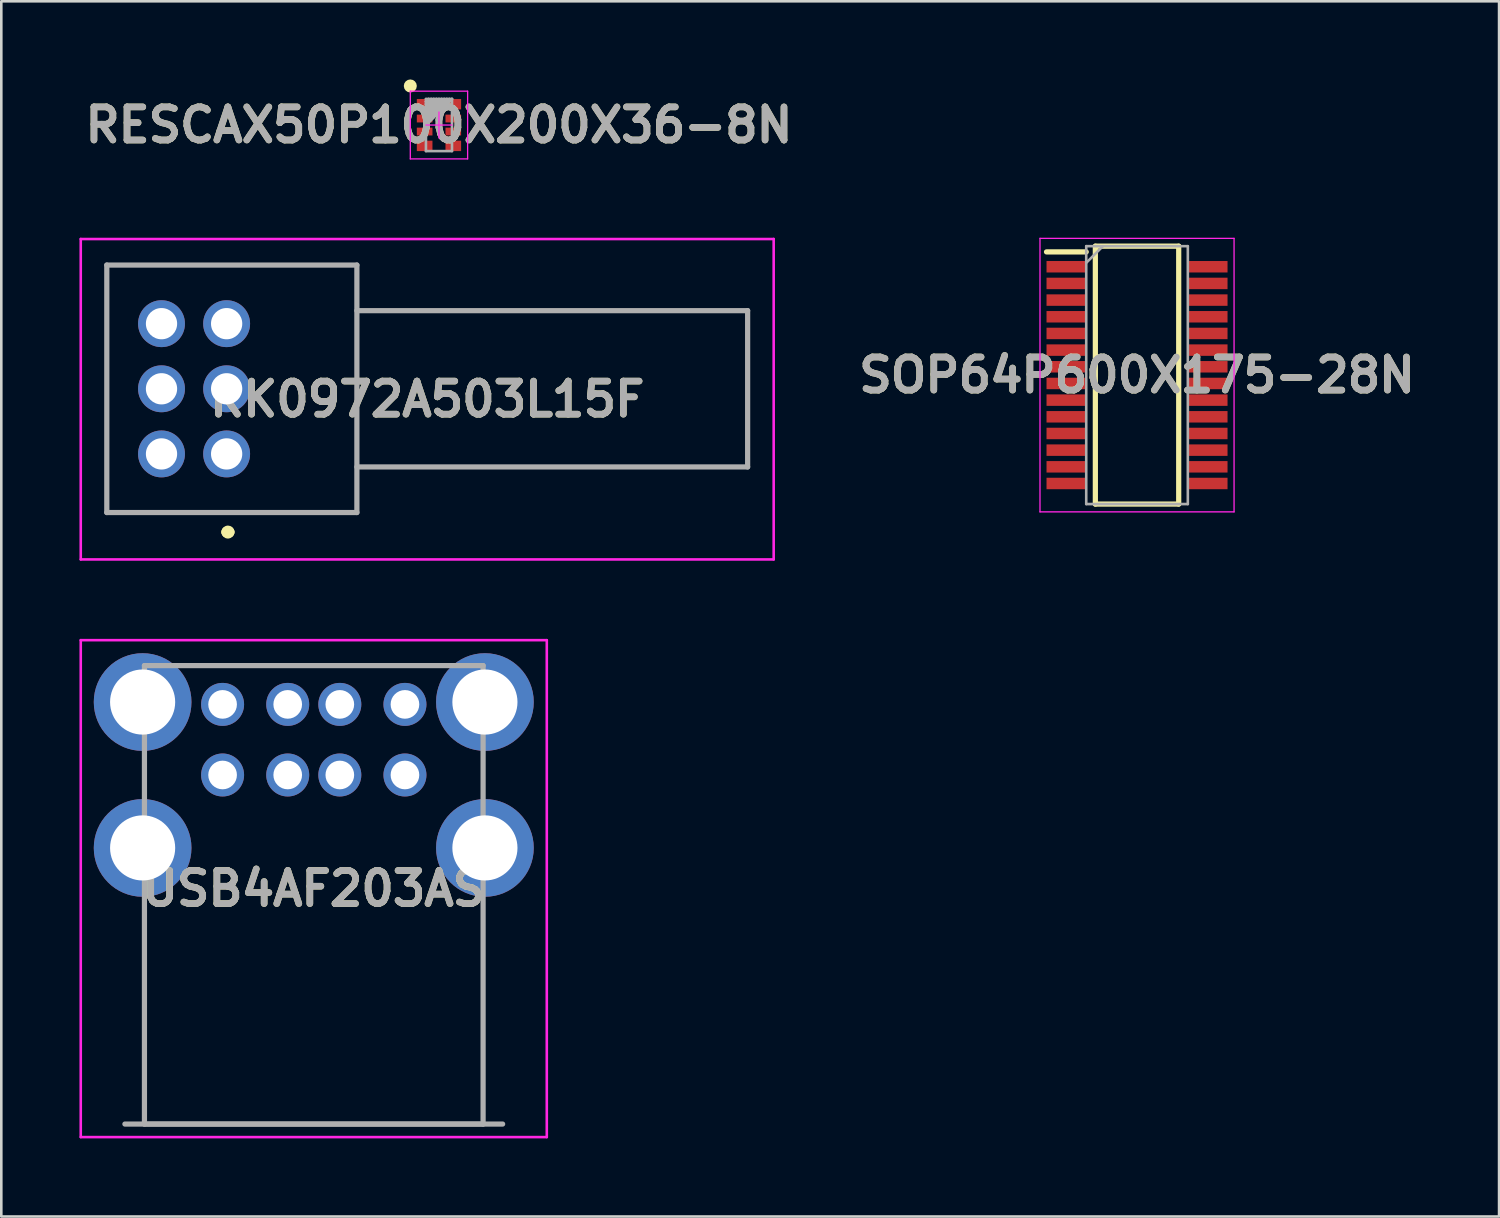
<source format=kicad_pcb>
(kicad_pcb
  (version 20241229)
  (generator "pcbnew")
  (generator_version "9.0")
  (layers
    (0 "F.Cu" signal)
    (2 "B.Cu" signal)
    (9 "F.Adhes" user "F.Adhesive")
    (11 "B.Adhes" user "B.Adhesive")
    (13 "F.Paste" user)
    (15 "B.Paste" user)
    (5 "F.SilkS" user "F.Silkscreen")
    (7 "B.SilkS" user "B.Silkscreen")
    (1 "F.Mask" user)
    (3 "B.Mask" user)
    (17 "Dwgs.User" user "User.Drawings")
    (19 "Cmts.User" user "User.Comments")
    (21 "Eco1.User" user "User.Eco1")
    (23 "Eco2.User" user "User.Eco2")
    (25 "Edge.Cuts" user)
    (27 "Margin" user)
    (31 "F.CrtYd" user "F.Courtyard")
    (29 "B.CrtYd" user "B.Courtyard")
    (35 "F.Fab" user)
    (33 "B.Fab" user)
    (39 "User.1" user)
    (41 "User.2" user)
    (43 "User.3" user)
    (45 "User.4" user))
  (footprint "RK0972A503L15F"
    (layer "F.Cu")
    (at 5.65 14.375)
    (property "Reference" "RK0972A503L15F" (at 7.7 -2.1 0) (layer "F.SilkS") (effects (font (size 1.27 1.27) (thickness 0.254))))
    (attr through_hole)
    (fp_line (start -4.6 -7.25) (end 5 -7.25) (stroke (width 0.1) (type solid)) (layer "F.SilkS"))
    (fp_line (start -4.6 2.25) (end -4.6 -7.25) (stroke (width 0.1) (type solid)) (layer "F.SilkS"))
    (fp_line (start 0 3) (end 0 3) (stroke (width 0.4) (type solid)) (layer "F.SilkS"))
    (fp_line (start 0.1 3) (end 0.1 3) (stroke (width 0.4) (type solid)) (layer "F.SilkS"))
    (fp_line (start 5 -7.25) (end 5 2.25) (stroke (width 0.1) (type solid)) (layer "F.SilkS"))
    (fp_line (start 5 -5.5) (end 20 -5.5) (stroke (width 0.1) (type solid)) (layer "F.SilkS"))
    (fp_line (start 5 2.25) (end -4.6 2.25) (stroke (width 0.1) (type solid)) (layer "F.SilkS"))
    (fp_line (start 20 -5.5) (end 20 0.5) (stroke (width 0.1) (type solid)) (layer "F.SilkS"))
    (fp_line (start 20 0.5) (end 5 0.5) (stroke (width 0.1) (type solid)) (layer "F.SilkS"))
    (fp_arc (start 0 3) (mid 0.05 2.95) (end 0.1 3) (stroke (width 0.4) (type solid)) (layer "F.SilkS"))
    (fp_arc (start 0.1 3) (mid 0.05 3.05) (end 0 3) (stroke (width 0.4) (type solid)) (layer "F.SilkS"))
    (fp_line (start -5.6 -8.25) (end 21 -8.25) (stroke (width 0.1) (type solid)) (layer "F.CrtYd"))
    (fp_line (start -5.6 4.05) (end -5.6 -8.25) (stroke (width 0.1) (type solid)) (layer "F.CrtYd"))
    (fp_line (start 21 -8.25) (end 21 4.05) (stroke (width 0.1) (type solid)) (layer "F.CrtYd"))
    (fp_line (start 21 4.05) (end -5.6 4.05) (stroke (width 0.1) (type solid)) (layer "F.CrtYd"))
    (fp_line (start -4.6 -7.25) (end 5 -7.25) (stroke (width 0.2) (type solid)) (layer "F.Fab"))
    (fp_line (start -4.6 2.25) (end -4.6 -7.25) (stroke (width 0.2) (type solid)) (layer "F.Fab"))
    (fp_line (start 5 -7.25) (end 5 2.25) (stroke (width 0.2) (type solid)) (layer "F.Fab"))
    (fp_line (start 5 -5.5) (end 20 -5.5) (stroke (width 0.2) (type solid)) (layer "F.Fab"))
    (fp_line (start 5 2.25) (end -4.6 2.25) (stroke (width 0.2) (type solid)) (layer "F.Fab"))
    (fp_line (start 20 -5.5) (end 20 0.5) (stroke (width 0.2) (type solid)) (layer "F.Fab"))
    (fp_line (start 20 0.5) (end 5 0.5) (stroke (width 0.2) (type solid)) (layer "F.Fab"))
    (fp_text user "${REFERENCE}" (at 7.7 -2.1 0) (layer "F.Fab") (effects (font (size 1.27 1.27) (thickness 0.254))))
    (pad "1" thru_hole circle (at 0 0) (size 1.8 1.8) (drill 1.2) (layers "*.Cu" "*.Mask"))
    (pad "2" thru_hole circle (at 0 -2.5) (size 1.8 1.8) (drill 1.2) (layers "*.Cu" "*.Mask"))
    (pad "3" thru_hole circle (at 0 -5) (size 1.8 1.8) (drill 1.2) (layers "*.Cu" "*.Mask"))
    (pad "4" thru_hole circle (at -2.5 0) (size 1.8 1.8) (drill 1.2) (layers "*.Cu" "*.Mask"))
    (pad "5" thru_hole circle (at -2.5 -2.5) (size 1.8 1.8) (drill 1.2) (layers "*.Cu" "*.Mask"))
    (pad "6" thru_hole circle (at -2.5 -5) (size 1.8 1.8) (drill 1.2) (layers "*.Cu" "*.Mask")))
  (footprint "RESCAX50P100X200X36-8N"
    (layer "F.Cu")
    (at 13.801 1.75)
    (property "Reference" "RESCAX50P100X200X36-8N" (at 0 0 0) (layer "F.SilkS") (effects (font (size 1.27 1.27) (thickness 0.254))))
    (attr smd)
    (fp_circle (center -1.1 -1.5) (end -1.1 -1.375) (stroke (width 0.25) (type solid)) (fill no) (layer "F.SilkS"))
    (fp_line (start -1.1 -1.3) (end -1.1 1.3) (stroke (width 0.05) (type solid)) (layer "F.CrtYd"))
    (fp_line (start -1.1 1.3) (end 1.1 1.3) (stroke (width 0.05) (type solid)) (layer "F.CrtYd"))
    (fp_line (start -0.55 -1.05) (end -0.55 1.05) (stroke (width 0.001) (type solid)) (layer "F.CrtYd"))
    (fp_line (start -0.55 1.05) (end 0.55 1.05) (stroke (width 0.001) (type solid)) (layer "F.CrtYd"))
    (fp_line (start -0.5 0) (end 0.5 0) (stroke (width 0.05) (type solid)) (layer "F.CrtYd"))
    (fp_line (start 0 0.5) (end 0 -0.5) (stroke (width 0.05) (type solid)) (layer "F.CrtYd"))
    (fp_line (start 0.55 -1.05) (end -0.55 -1.05) (stroke (width 0.001) (type solid)) (layer "F.CrtYd"))
    (fp_line (start 0.55 1.05) (end 0.55 -1.05) (stroke (width 0.001) (type solid)) (layer "F.CrtYd"))
    (fp_line (start 1.1 -1.3) (end -1.1 -1.3) (stroke (width 0.05) (type solid)) (layer "F.CrtYd"))
    (fp_line (start 1.1 1.3) (end 1.1 -1.3) (stroke (width 0.05) (type solid)) (layer "F.CrtYd"))
    (fp_line (start -0.5 -1) (end -0.5 1) (stroke (width 0.1) (type solid)) (layer "F.Fab"))
    (fp_line (start -0.5 1) (end 0.5 1) (stroke (width 0.1) (type solid)) (layer "F.Fab"))
    (fp_line (start -0.4 -1) (end -0.5 -0.9) (stroke (width 0.1) (type solid)) (layer "F.Fab"))
    (fp_line (start -0.4 -1) (end -0.5 -0.9) (stroke (width 0.1) (type solid)) (layer "F.Fab"))
    (fp_line (start -0.3 -1) (end -0.5 -0.8) (stroke (width 0.1) (type solid)) (layer "F.Fab"))
    (fp_line (start -0.3 -1) (end -0.5 -0.8) (stroke (width 0.1) (type solid)) (layer "F.Fab"))
    (fp_line (start -0.2 -1) (end -0.5 -0.7) (stroke (width 0.1) (type solid)) (layer "F.Fab"))
    (fp_line (start -0.2 -1) (end -0.5 -0.7) (stroke (width 0.1) (type solid)) (layer "F.Fab"))
    (fp_line (start -0.1 -1) (end -0.5 -0.6) (stroke (width 0.1) (type solid)) (layer "F.Fab"))
    (fp_line (start -0.1 -1) (end -0.5 -0.6) (stroke (width 0.1) (type solid)) (layer "F.Fab"))
    (fp_line (start 0 -1) (end -0.5 -0.5) (stroke (width 0.1) (type solid)) (layer "F.Fab"))
    (fp_line (start 0 -1) (end -0.5 -0.5) (stroke (width 0.1) (type solid)) (layer "F.Fab"))
    (fp_line (start 0.1 -1) (end -0.5 -0.4) (stroke (width 0.1) (type solid)) (layer "F.Fab"))
    (fp_line (start 0.1 -1) (end -0.5 -0.4) (stroke (width 0.1) (type solid)) (layer "F.Fab"))
    (fp_line (start 0.2 -1) (end -0.5 -0.3) (stroke (width 0.1) (type solid)) (layer "F.Fab"))
    (fp_line (start 0.2 -1) (end -0.5 -0.3) (stroke (width 0.1) (type solid)) (layer "F.Fab"))
    (fp_line (start 0.3 -1) (end -0.5 -0.2) (stroke (width 0.1) (type solid)) (layer "F.Fab"))
    (fp_line (start 0.3 -1) (end -0.5 -0.2) (stroke (width 0.1) (type solid)) (layer "F.Fab"))
    (fp_line (start 0.4 -1) (end -0.5 -0.1) (stroke (width 0.1) (type solid)) (layer "F.Fab"))
    (fp_line (start 0.4 -1) (end -0.5 -0.1) (stroke (width 0.1) (type solid)) (layer "F.Fab"))
    (fp_line (start 0.5 -1) (end -0.5 -1) (stroke (width 0.1) (type solid)) (layer "F.Fab"))
    (fp_line (start 0.5 -1) (end -0.5 0) (stroke (width 0.1) (type solid)) (layer "F.Fab"))
    (fp_line (start 0.5 -1) (end -0.5 0) (stroke (width 0.1) (type solid)) (layer "F.Fab"))
    (fp_line (start 0.5 1) (end 0.5 -1) (stroke (width 0.1) (type solid)) (layer "F.Fab"))
    (fp_text user "${REFERENCE}" (at 0 0 0) (layer "F.Fab") (effects (font (size 1.27 1.27) (thickness 0.254))))
    (pad "1" smd rect (at -0.55 -0.8 90) (size 0.4 0.6) (layers "F.Cu" "F.Mask" "F.Paste"))
    (pad "2" smd rect (at -0.55 -0.25 90) (size 0.3 0.6) (layers "F.Cu" "F.Mask" "F.Paste"))
    (pad "3" smd rect (at -0.55 0.25 90) (size 0.3 0.6) (layers "F.Cu" "F.Mask" "F.Paste"))
    (pad "4" smd rect (at -0.55 0.8 90) (size 0.4 0.6) (layers "F.Cu" "F.Mask" "F.Paste"))
    (pad "5" smd rect (at 0.55 0.8 90) (size 0.4 0.6) (layers "F.Cu" "F.Mask" "F.Paste"))
    (pad "6" smd rect (at 0.55 0.25 90) (size 0.3 0.6) (layers "F.Cu" "F.Mask" "F.Paste"))
    (pad "7" smd rect (at 0.55 -0.25 90) (size 0.3 0.6) (layers "F.Cu" "F.Mask" "F.Paste"))
    (pad "8" smd rect (at 0.55 -0.8 90) (size 0.4 0.6) (layers "F.Cu" "F.Mask" "F.Paste")))
  (footprint "USB4AF203AS"
    (layer "F.Cu")
    (at 5.495 23.99)
    (property "Reference" "USB4AF203AS" (at 3.5 7.072 0) (layer "F.SilkS") (effects (font (size 1.27 1.27) (thickness 0.254))))
    (attr through_hole)
    (fp_line (start -3 8) (end -3 16.11) (stroke (width 0.1) (type solid)) (layer "F.SilkS"))
    (fp_line (start -3 16.11) (end -3 16.11) (stroke (width 0.1) (type solid)) (layer "F.SilkS"))
    (fp_line (start -3 16.11) (end 10 16.11) (stroke (width 0.1) (type solid)) (layer "F.SilkS"))
    (fp_line (start -1 -1.49) (end 8 -1.49) (stroke (width 0.1) (type solid)) (layer "F.SilkS"))
    (fp_line (start 10 16.11) (end 10 8) (stroke (width 0.1) (type solid)) (layer "F.SilkS"))
    (fp_line (start -5.445 -2.465) (end 12.445 -2.465) (stroke (width 0.1) (type solid)) (layer "F.CrtYd"))
    (fp_line (start -5.445 16.61) (end -5.445 -2.465) (stroke (width 0.1) (type solid)) (layer "F.CrtYd"))
    (fp_line (start 12.445 -2.465) (end 12.445 16.61) (stroke (width 0.1) (type solid)) (layer "F.CrtYd"))
    (fp_line (start 12.445 16.61) (end -5.445 16.61) (stroke (width 0.1) (type solid)) (layer "F.CrtYd"))
    (fp_line (start -3.75 16.11) (end 10.75 16.11) (stroke (width 0.2) (type solid)) (layer "F.Fab"))
    (fp_line (start -3 -1.49) (end 10 -1.49) (stroke (width 0.2) (type solid)) (layer "F.Fab"))
    (fp_line (start -3 16.11) (end -3 -1.49) (stroke (width 0.2) (type solid)) (layer "F.Fab"))
    (fp_line (start 10 -1.49) (end 10 16.11) (stroke (width 0.2) (type solid)) (layer "F.Fab"))
    (fp_line (start 10 16.11) (end -3 16.11) (stroke (width 0.2) (type solid)) (layer "F.Fab"))
    (fp_text user "${REFERENCE}" (at 3.5 7.072 0) (layer "F.Fab") (effects (font (size 1.27 1.27) (thickness 0.254))))
    (pad "1" thru_hole circle (at 0 0) (size 1.65 1.65) (drill 1.1) (layers "*.Cu" "*.Mask"))
    (pad "2" thru_hole circle (at 2.5 0) (size 1.65 1.65) (drill 1.1) (layers "*.Cu" "*.Mask"))
    (pad "3" thru_hole circle (at 4.5 0) (size 1.65 1.65) (drill 1.1) (layers "*.Cu" "*.Mask"))
    (pad "4" thru_hole circle (at 7 0) (size 1.65 1.65) (drill 1.1) (layers "*.Cu" "*.Mask"))
    (pad "5" thru_hole circle (at 0 2.71) (size 1.65 1.65) (drill 1.1) (layers "*.Cu" "*.Mask"))
    (pad "6" thru_hole circle (at 2.5 2.71) (size 1.65 1.65) (drill 1.1) (layers "*.Cu" "*.Mask"))
    (pad "7" thru_hole circle (at 4.5 2.71) (size 1.65 1.65) (drill 1.1) (layers "*.Cu" "*.Mask"))
    (pad "8" thru_hole circle (at 7 2.71) (size 1.65 1.65) (drill 1.1) (layers "*.Cu" "*.Mask"))
    (pad "MH1" thru_hole circle (at -3.07 -0.09) (size 3.75 3.75) (drill 2.5) (layers "*.Cu" "*.Mask"))
    (pad "MH2" thru_hole circle (at 10.07 -0.09) (size 3.75 3.75) (drill 2.5) (layers "*.Cu" "*.Mask"))
    (pad "MH3" thru_hole circle (at -3.07 5.51) (size 3.75 3.75) (drill 2.5) (layers "*.Cu" "*.Mask"))
    (pad "MH4" thru_hole circle (at 10.07 5.51) (size 3.75 3.75) (drill 2.5) (layers "*.Cu" "*.Mask")))
  (footprint "SOP64P600X175-28N"
    (layer "F.Cu")
    (at 40.598 11.35)
    (property "Reference" "SOP64P600X175-28N" (at 0 0 0) (layer "F.SilkS") (effects (font (size 1.27 1.27) (thickness 0.254))))
    (attr smd)
    (fp_line (start -3.475 -4.73) (end -1.95 -4.73) (stroke (width 0.2) (type solid)) (layer "F.SilkS"))
    (fp_line (start -1.6 -4.95) (end 1.6 -4.95) (stroke (width 0.2) (type solid)) (layer "F.SilkS"))
    (fp_line (start -1.6 4.95) (end -1.6 -4.95) (stroke (width 0.2) (type solid)) (layer "F.SilkS"))
    (fp_line (start 1.6 -4.95) (end 1.6 4.95) (stroke (width 0.2) (type solid)) (layer "F.SilkS"))
    (fp_line (start 1.6 4.95) (end -1.6 4.95) (stroke (width 0.2) (type solid)) (layer "F.SilkS"))
    (fp_line (start -3.725 -5.25) (end 3.725 -5.25) (stroke (width 0.05) (type solid)) (layer "F.CrtYd"))
    (fp_line (start -3.725 5.25) (end -3.725 -5.25) (stroke (width 0.05) (type solid)) (layer "F.CrtYd"))
    (fp_line (start 3.725 -5.25) (end 3.725 5.25) (stroke (width 0.05) (type solid)) (layer "F.CrtYd"))
    (fp_line (start 3.725 5.25) (end -3.725 5.25) (stroke (width 0.05) (type solid)) (layer "F.CrtYd"))
    (fp_line (start -1.95 -4.95) (end 1.95 -4.95) (stroke (width 0.1) (type solid)) (layer "F.Fab"))
    (fp_line (start -1.95 -4.31) (end -1.31 -4.95) (stroke (width 0.1) (type solid)) (layer "F.Fab"))
    (fp_line (start -1.95 4.95) (end -1.95 -4.95) (stroke (width 0.1) (type solid)) (layer "F.Fab"))
    (fp_line (start 1.95 -4.95) (end 1.95 4.95) (stroke (width 0.1) (type solid)) (layer "F.Fab"))
    (fp_line (start 1.95 4.95) (end -1.95 4.95) (stroke (width 0.1) (type solid)) (layer "F.Fab"))
    (fp_text user "${REFERENCE}" (at 0 0 0) (layer "F.Fab") (effects (font (size 1.27 1.27) (thickness 0.254))))
    (pad "1" smd rect (at -2.712 -4.16 90) (size 0.44 1.525) (layers "F.Cu" "F.Mask" "F.Paste"))
    (pad "2" smd rect (at -2.712 -3.52 90) (size 0.44 1.525) (layers "F.Cu" "F.Mask" "F.Paste"))
    (pad "3" smd rect (at -2.712 -2.88 90) (size 0.44 1.525) (layers "F.Cu" "F.Mask" "F.Paste"))
    (pad "4" smd rect (at -2.712 -2.24 90) (size 0.44 1.525) (layers "F.Cu" "F.Mask" "F.Paste"))
    (pad "5" smd rect (at -2.712 -1.6 90) (size 0.44 1.525) (layers "F.Cu" "F.Mask" "F.Paste"))
    (pad "6" smd rect (at -2.712 -0.96 90) (size 0.44 1.525) (layers "F.Cu" "F.Mask" "F.Paste"))
    (pad "7" smd rect (at -2.712 -0.32 90) (size 0.44 1.525) (layers "F.Cu" "F.Mask" "F.Paste"))
    (pad "8" smd rect (at -2.712 0.32 90) (size 0.44 1.525) (layers "F.Cu" "F.Mask" "F.Paste"))
    (pad "9" smd rect (at -2.712 0.96 90) (size 0.44 1.525) (layers "F.Cu" "F.Mask" "F.Paste"))
    (pad "10" smd rect (at -2.712 1.6 90) (size 0.44 1.525) (layers "F.Cu" "F.Mask" "F.Paste"))
    (pad "11" smd rect (at -2.712 2.24 90) (size 0.44 1.525) (layers "F.Cu" "F.Mask" "F.Paste"))
    (pad "12" smd rect (at -2.712 2.88 90) (size 0.44 1.525) (layers "F.Cu" "F.Mask" "F.Paste"))
    (pad "13" smd rect (at -2.712 3.52 90) (size 0.44 1.525) (layers "F.Cu" "F.Mask" "F.Paste"))
    (pad "14" smd rect (at -2.712 4.16 90) (size 0.44 1.525) (layers "F.Cu" "F.Mask" "F.Paste"))
    (pad "15" smd rect (at 2.712 4.16 90) (size 0.44 1.525) (layers "F.Cu" "F.Mask" "F.Paste"))
    (pad "16" smd rect (at 2.712 3.52 90) (size 0.44 1.525) (layers "F.Cu" "F.Mask" "F.Paste"))
    (pad "17" smd rect (at 2.712 2.88 90) (size 0.44 1.525) (layers "F.Cu" "F.Mask" "F.Paste"))
    (pad "18" smd rect (at 2.712 2.24 90) (size 0.44 1.525) (layers "F.Cu" "F.Mask" "F.Paste"))
    (pad "19" smd rect (at 2.712 1.6 90) (size 0.44 1.525) (layers "F.Cu" "F.Mask" "F.Paste"))
    (pad "20" smd rect (at 2.712 0.96 90) (size 0.44 1.525) (layers "F.Cu" "F.Mask" "F.Paste"))
    (pad "21" smd rect (at 2.712 0.32 90) (size 0.44 1.525) (layers "F.Cu" "F.Mask" "F.Paste"))
    (pad "22" smd rect (at 2.712 -0.32 90) (size 0.44 1.525) (layers "F.Cu" "F.Mask" "F.Paste"))
    (pad "23" smd rect (at 2.712 -0.96 90) (size 0.44 1.525) (layers "F.Cu" "F.Mask" "F.Paste"))
    (pad "24" smd rect (at 2.712 -1.6 90) (size 0.44 1.525) (layers "F.Cu" "F.Mask" "F.Paste"))
    (pad "25" smd rect (at 2.712 -2.24 90) (size 0.44 1.525) (layers "F.Cu" "F.Mask" "F.Paste"))
    (pad "26" smd rect (at 2.712 -2.88 90) (size 0.44 1.525) (layers "F.Cu" "F.Mask" "F.Paste"))
    (pad "27" smd rect (at 2.712 -3.52 90) (size 0.44 1.525) (layers "F.Cu" "F.Mask" "F.Paste"))
    (pad "28" smd rect (at 2.712 -4.16 90) (size 0.44 1.525) (layers "F.Cu" "F.Mask" "F.Paste")))
  (gr_rect
    (start -3 -3)
    (end 54.496 43.65)
    (stroke (width 0.1) (type default))
    (fill no)
    (layer "Edge.Cuts")))
</source>
